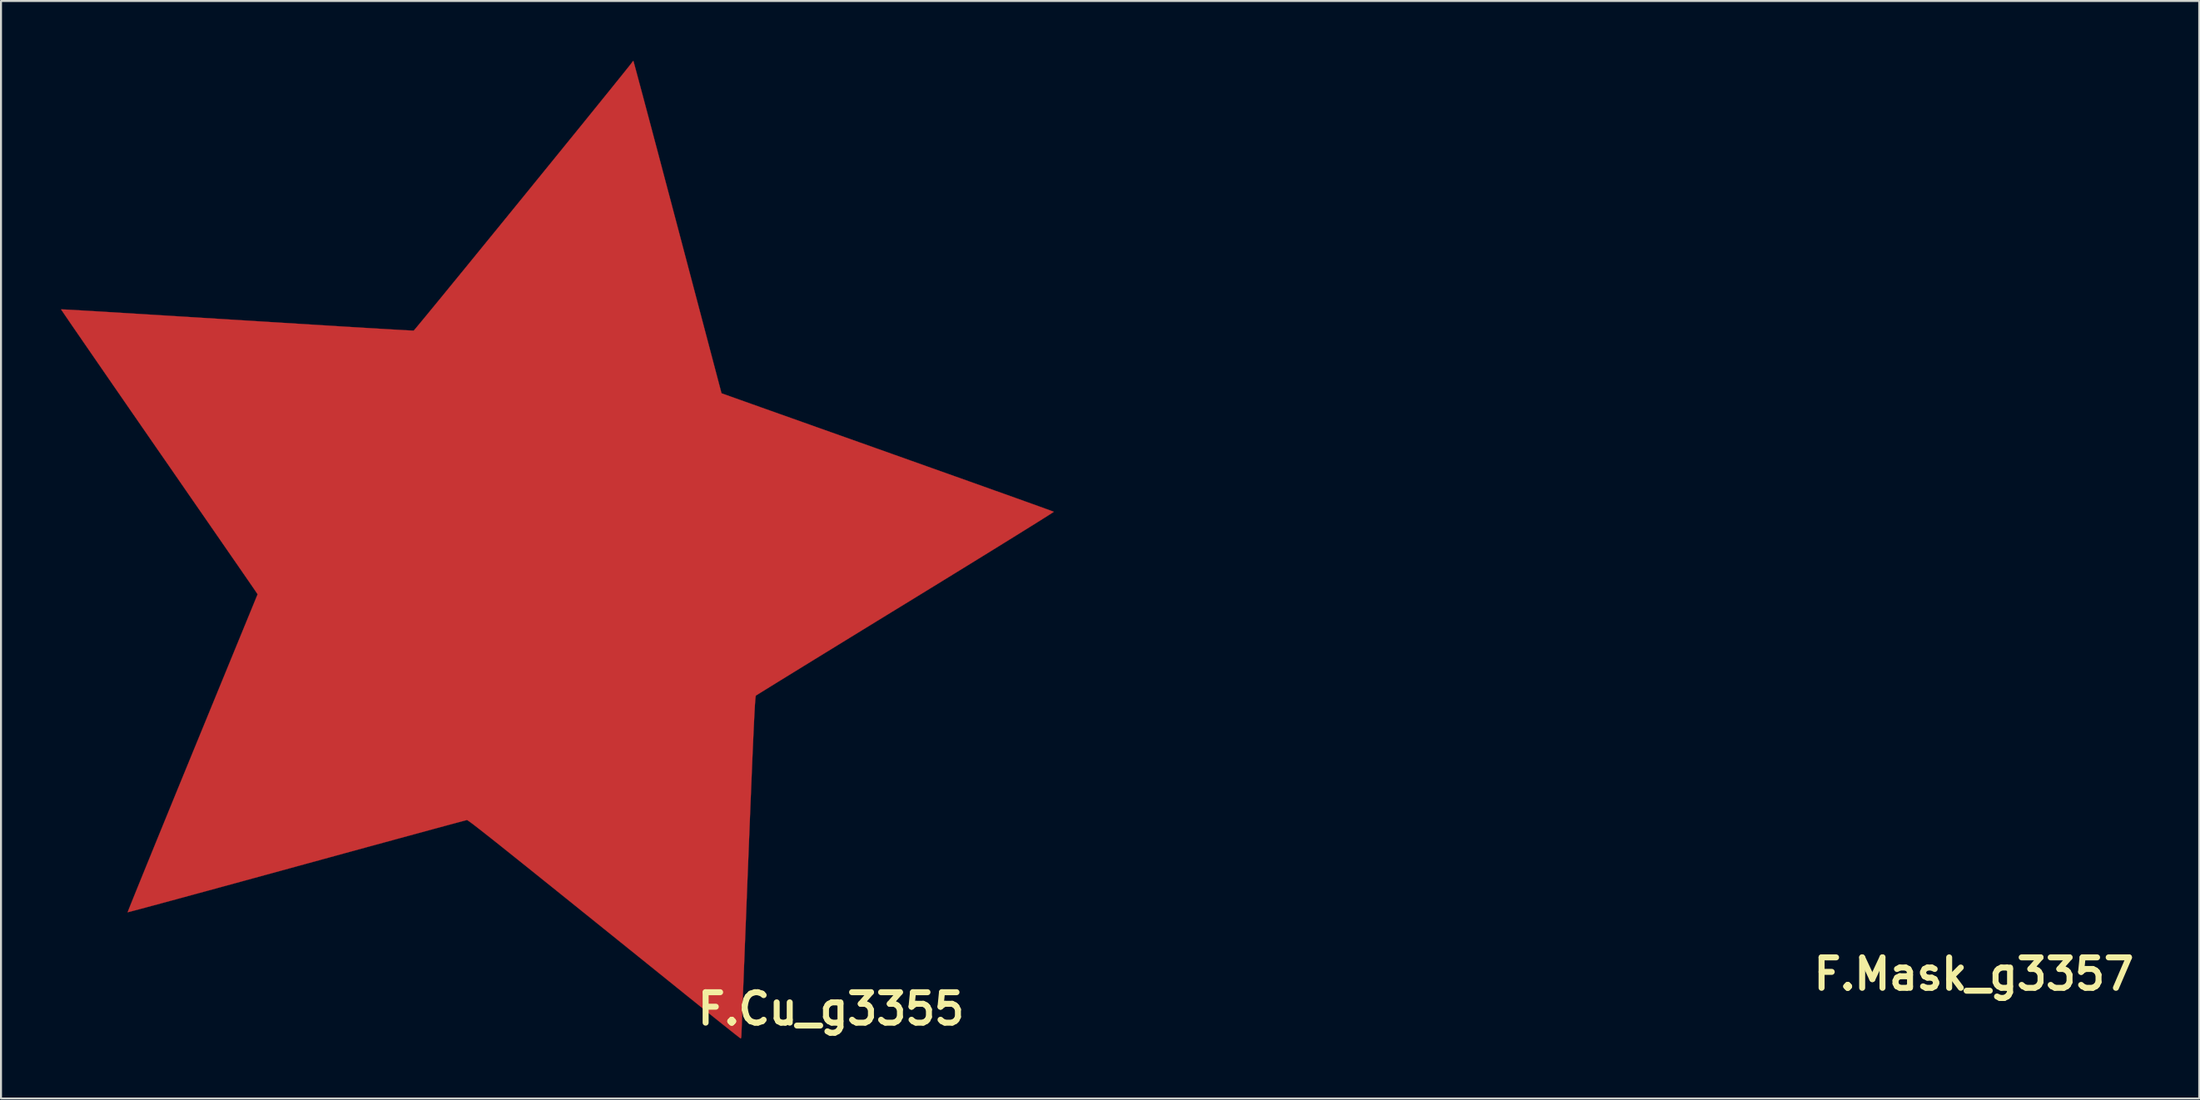
<source format=kicad_pcb>
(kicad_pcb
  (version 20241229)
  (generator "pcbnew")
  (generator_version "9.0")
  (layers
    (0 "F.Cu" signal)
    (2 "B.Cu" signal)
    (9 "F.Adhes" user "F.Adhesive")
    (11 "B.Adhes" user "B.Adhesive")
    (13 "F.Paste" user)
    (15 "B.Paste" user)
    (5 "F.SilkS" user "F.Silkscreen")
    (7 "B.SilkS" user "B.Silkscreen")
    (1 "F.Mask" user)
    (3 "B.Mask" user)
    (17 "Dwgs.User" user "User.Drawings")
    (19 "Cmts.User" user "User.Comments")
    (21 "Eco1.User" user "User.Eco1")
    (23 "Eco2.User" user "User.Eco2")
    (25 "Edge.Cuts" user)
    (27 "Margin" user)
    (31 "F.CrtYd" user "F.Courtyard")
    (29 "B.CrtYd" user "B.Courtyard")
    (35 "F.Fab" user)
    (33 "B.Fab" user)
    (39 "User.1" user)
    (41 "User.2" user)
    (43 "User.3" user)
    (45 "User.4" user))
  (footprint "F.Mask_g3357"
    (layer "F.Cu")
    (at 95.739 45.719)
    (property "Reference" "F.Mask_g3357" (at 0 0 0) (layer "F.SilkS") (effects (font (size 1.524 1.524) (thickness 0.3))))
    (attr through_hole)
    (fp_poly (pts (xy -14.378 -45.668) (xy -14.344 -45.544) (xy -14.29 -45.346) (xy -14.218 -45.078) (xy -14.128 -44.743) (xy -14.022 -44.346) (xy -13.901 -43.891) (xy -13.765 -43.381) (xy -13.616 -42.82) (xy -13.455 -42.213) (xy -13.283 -41.562) (xy -13.1 -40.873) (xy -12.909 -40.149) (xy -12.709 -39.393) (xy -12.502 -38.611) (xy -12.289 -37.805) (xy -12.189 -37.423) (xy -11.974 -36.608) (xy -11.765 -35.815) (xy -11.562 -35.048) (xy -11.368 -34.31) (xy -11.182 -33.606) (xy -11.006 -32.94) (xy -10.841 -32.315) (xy -10.687 -31.735) (xy -10.547 -31.204) (xy -10.421 -30.726) (xy -10.309 -30.305) (xy -10.214 -29.944) (xy -10.135 -29.648) (xy -10.075 -29.42) (xy -10.033 -29.265) (xy -10.012 -29.186) (xy -10.009 -29.176) (xy -9.999 -29.172) (xy -9.969 -29.16) (xy -9.916 -29.141) (xy -9.839 -29.112) (xy -9.735 -29.075) (xy -9.602 -29.027) (xy -9.438 -28.967) (xy -9.239 -28.896) (xy -9.005 -28.812) (xy -8.732 -28.715) (xy -8.419 -28.603) (xy -8.063 -28.476) (xy -7.662 -28.332) (xy -7.213 -28.172) (xy -6.715 -27.995) (xy -6.164 -27.799) (xy -5.56 -27.583) (xy -4.898 -27.347) (xy -4.178 -27.091) (xy -3.397 -26.813) (xy -2.553 -26.512) (xy -1.643 -26.188) (xy -0.665 -25.839) (xy 0.384 -25.466) (xy 1.504 -25.067) (xy 2.7 -24.641) (xy 3.973 -24.188) (xy 4.212 -24.103) (xy 4.636 -23.952) (xy 5.037 -23.808) (xy 5.406 -23.675) (xy 5.737 -23.555) (xy 6.024 -23.451) (xy 6.258 -23.365) (xy 6.432 -23.3) (xy 6.54 -23.258) (xy 6.574 -23.243) (xy 6.544 -23.217) (xy 6.447 -23.149) (xy 6.287 -23.045) (xy 6.071 -22.906) (xy 5.802 -22.735) (xy 5.487 -22.537) (xy 5.13 -22.314) (xy 4.737 -22.069) (xy 4.311 -21.806) (xy 3.86 -21.528) (xy 3.442 -21.271) (xy 2.93 -20.958) (xy 2.411 -20.639) (xy 1.892 -20.321) (xy 1.383 -20.009) (xy 0.891 -19.708) (xy 0.426 -19.423) (xy -0.004 -19.159) (xy -0.39 -18.922) (xy -0.725 -18.716) (xy -0.999 -18.548) (xy -1.079 -18.499) (xy -1.339 -18.34) (xy -1.661 -18.142) (xy -2.037 -17.912) (xy -2.458 -17.654) (xy -2.914 -17.374) (xy -3.396 -17.078) (xy -3.896 -16.771) (xy -4.404 -16.46) (xy -4.91 -16.149) (xy -5.383 -15.859) (xy -8.332 -14.051) (xy -8.358 -13.619) (xy -8.362 -13.533) (xy -8.37 -13.367) (xy -8.38 -13.124) (xy -8.393 -12.811) (xy -8.409 -12.43) (xy -8.427 -11.987) (xy -8.447 -11.485) (xy -8.47 -10.929) (xy -8.494 -10.324) (xy -8.52 -9.674) (xy -8.548 -8.982) (xy -8.577 -8.255) (xy -8.607 -7.495) (xy -8.638 -6.708) (xy -8.67 -5.897) (xy -8.702 -5.068) (xy -8.703 -5.06) (xy -8.735 -4.237) (xy -8.767 -3.437) (xy -8.797 -2.664) (xy -8.827 -1.922) (xy -8.855 -1.215) (xy -8.882 -0.547) (xy -8.907 0.078) (xy -8.93 0.655) (xy -8.952 1.181) (xy -8.971 1.651) (xy -8.988 2.062) (xy -9.003 2.409) (xy -9.015 2.689) (xy -9.025 2.896) (xy -9.031 3.028) (xy -9.034 3.079) (xy -9.034 3.079) (xy -9.068 3.055) (xy -9.165 2.979) (xy -9.321 2.856) (xy -9.535 2.687) (xy -9.802 2.474) (xy -10.119 2.221) (xy -10.484 1.93) (xy -10.893 1.603) (xy -11.344 1.243) (xy -11.833 0.852) (xy -12.357 0.432) (xy -12.914 -0.013) (xy -13.499 -0.482) (xy -14.11 -0.972) (xy -14.744 -1.48) (xy -15.398 -2.005) (xy -15.852 -2.37) (xy -16.518 -2.904) (xy -17.166 -3.424) (xy -17.794 -3.927) (xy -18.398 -4.411) (xy -18.975 -4.873) (xy -19.523 -5.311) (xy -20.037 -5.723) (xy -20.516 -6.105) (xy -20.955 -6.456) (xy -21.352 -6.773) (xy -21.704 -7.053) (xy -22.007 -7.294) (xy -22.259 -7.494) (xy -22.457 -7.65) (xy -22.596 -7.759) (xy -22.675 -7.82) (xy -22.692 -7.832) (xy -22.736 -7.821) (xy -22.857 -7.788) (xy -23.053 -7.736) (xy -23.318 -7.664) (xy -23.65 -7.573) (xy -24.045 -7.466) (xy -24.499 -7.342) (xy -25.007 -7.204) (xy -25.567 -7.051) (xy -26.174 -6.885) (xy -26.824 -6.707) (xy -27.515 -6.518) (xy -28.241 -6.319) (xy -28.999 -6.112) (xy -29.786 -5.896) (xy -30.597 -5.674) (xy -31.224 -5.502) (xy -32.051 -5.276) (xy -32.856 -5.055) (xy -33.635 -4.842) (xy -34.385 -4.637) (xy -35.101 -4.441) (xy -35.781 -4.255) (xy -36.42 -4.081) (xy -37.014 -3.919) (xy -37.559 -3.77) (xy -38.053 -3.636) (xy -38.49 -3.517) (xy -38.868 -3.415) (xy -39.182 -3.33) (xy -39.429 -3.263) (xy -39.604 -3.216) (xy -39.705 -3.19) (xy -39.729 -3.185) (xy -39.714 -3.224) (xy -39.668 -3.337) (xy -39.594 -3.52) (xy -39.494 -3.767) (xy -39.368 -4.075) (xy -39.22 -4.439) (xy -39.05 -4.855) (xy -38.861 -5.317) (xy -38.655 -5.823) (xy -38.432 -6.366) (xy -38.196 -6.944) (xy -37.948 -7.55) (xy -37.69 -8.182) (xy -37.423 -8.833) (xy -37.149 -9.501) (xy -36.871 -10.18) (xy -36.59 -10.866) (xy -36.308 -11.555) (xy -36.027 -12.241) (xy -35.748 -12.921) (xy -35.473 -13.591) (xy -35.205 -14.245) (xy -34.945 -14.879) (xy -34.694 -15.489) (xy -34.456 -16.07) (xy -34.231 -16.618) (xy -34.021 -17.129) (xy -33.828 -17.597) (xy -33.655 -18.019) (xy -33.502 -18.39) (xy -33.427 -18.57) (xy -33.197 -19.128) (xy -38.124 -26.251) (xy -38.608 -26.95) (xy -39.078 -27.63) (xy -39.533 -28.289) (xy -39.971 -28.922) (xy -40.388 -29.527) (xy -40.784 -30.101) (xy -41.155 -30.639) (xy -41.5 -31.139) (xy -41.815 -31.598) (xy -42.1 -32.012) (xy -42.351 -32.378) (xy -42.567 -32.692) (xy -42.745 -32.953) (xy -42.883 -33.155) (xy -42.979 -33.296) (xy -43.03 -33.373) (xy -43.038 -33.387) (xy -42.994 -33.389) (xy -42.878 -33.385) (xy -42.7 -33.376) (xy -42.474 -33.364) (xy -42.211 -33.348) (xy -42.034 -33.337) (xy -41.752 -33.319) (xy -41.416 -33.298) (xy -41.023 -33.274) (xy -40.573 -33.246) (xy -40.061 -33.214) (xy -39.487 -33.178) (xy -38.849 -33.139) (xy -38.143 -33.095) (xy -37.367 -33.047) (xy -36.521 -32.995) (xy -35.6 -32.939) (xy -34.604 -32.877) (xy -33.53 -32.811) (xy -32.376 -32.741) (xy -31.14 -32.665) (xy -31.094 -32.662) (xy -30.435 -32.621) (xy -29.795 -32.582) (xy -29.181 -32.544) (xy -28.598 -32.508) (xy -28.051 -32.473) (xy -27.546 -32.442) (xy -27.089 -32.413) (xy -26.684 -32.387) (xy -26.338 -32.365) (xy -26.055 -32.347) (xy -25.842 -32.333) (xy -25.704 -32.323) (xy -25.652 -32.319) (xy -25.374 -32.293) (xy -19.898 -39.032) (xy -19.176 -39.922) (xy -18.506 -40.745) (xy -17.888 -41.504) (xy -17.321 -42.198) (xy -16.806 -42.827) (xy -16.343 -43.394) (xy -15.929 -43.897) (xy -15.566 -44.338) (xy -15.252 -44.717) (xy -14.988 -45.034) (xy -14.772 -45.29) (xy -14.605 -45.485) (xy -14.487 -45.621) (xy -14.415 -45.696) (xy -14.392 -45.714) (xy -14.378 -45.668)) (stroke (width 0.01) (type solid)) (fill yes) (layer "F.Mask")))
  (footprint "F.Cu_g3355"
    (layer "F.Cu")
    (at 38.544 47.463)
    (property "Reference" "F.Cu_g3355" (at 0 0 0) (layer "F.SilkS") (effects (font (size 1.524 1.524) (thickness 0.3))))
    (attr through_hole)
    (fp_poly (pts (xy -9.893 -47.455) (xy -9.88 -47.412) (xy -9.846 -47.292) (xy -9.793 -47.097) (xy -9.722 -46.832) (xy -9.633 -46.501) (xy -9.527 -46.107) (xy -9.406 -45.654) (xy -9.271 -45.147) (xy -9.122 -44.588) (xy -8.961 -43.983) (xy -8.789 -43.334) (xy -8.606 -42.645) (xy -8.415 -41.922) (xy -8.215 -41.166) (xy -8.007 -40.383) (xy -7.794 -39.576) (xy -7.675 -39.127) (xy -5.482 -30.821) (xy -5.08 -30.678) (xy -5 -30.649) (xy -4.844 -30.594) (xy -4.617 -30.513) (xy -4.322 -30.408) (xy -3.963 -30.28) (xy -3.545 -30.131) (xy -3.072 -29.963) (xy -2.547 -29.776) (xy -1.975 -29.573) (xy -1.359 -29.354) (xy -0.705 -29.121) (xy -0.015 -28.876) (xy 0.706 -28.62) (xy 1.454 -28.354) (xy 2.225 -28.08) (xy 3.014 -27.799) (xy 3.217 -27.727) (xy 4.005 -27.446) (xy 4.772 -27.173) (xy 5.514 -26.909) (xy 6.227 -26.655) (xy 6.907 -26.413) (xy 7.551 -26.183) (xy 8.154 -25.967) (xy 8.714 -25.768) (xy 9.225 -25.585) (xy 9.685 -25.42) (xy 10.089 -25.275) (xy 10.433 -25.151) (xy 10.715 -25.049) (xy 10.929 -24.972) (xy 11.073 -24.919) (xy 11.141 -24.893) (xy 11.147 -24.89) (xy 11.115 -24.866) (xy 11.014 -24.799) (xy 10.847 -24.692) (xy 10.619 -24.548) (xy 10.331 -24.367) (xy 9.988 -24.153) (xy 9.592 -23.907) (xy 9.148 -23.631) (xy 8.659 -23.328) (xy 8.127 -22.999) (xy 7.557 -22.647) (xy 6.951 -22.274) (xy 6.313 -21.881) (xy 5.647 -21.471) (xy 4.955 -21.046) (xy 4.241 -20.608) (xy 3.739 -20.3) (xy 3.01 -19.854) (xy 2.301 -19.419) (xy 1.613 -18.997) (xy 0.952 -18.591) (xy 0.32 -18.203) (xy -0.28 -17.834) (xy -0.844 -17.488) (xy -1.369 -17.165) (xy -1.851 -16.868) (xy -2.287 -16.6) (xy -2.673 -16.362) (xy -3.006 -16.156) (xy -3.283 -15.984) (xy -3.501 -15.85) (xy -3.655 -15.753) (xy -3.742 -15.698) (xy -3.762 -15.684) (xy -3.77 -15.663) (xy -3.778 -15.61) (xy -3.787 -15.524) (xy -3.797 -15.401) (xy -3.809 -15.238) (xy -3.821 -15.031) (xy -3.835 -14.779) (xy -3.85 -14.478) (xy -3.867 -14.125) (xy -3.886 -13.717) (xy -3.907 -13.25) (xy -3.93 -12.723) (xy -3.955 -12.132) (xy -3.982 -11.474) (xy -4.012 -10.745) (xy -4.045 -9.944) (xy -4.08 -9.066) (xy -4.118 -8.109) (xy -4.152 -7.254) (xy -4.186 -6.416) (xy -4.218 -5.599) (xy -4.249 -4.807) (xy -4.279 -4.045) (xy -4.308 -3.317) (xy -4.335 -2.626) (xy -4.361 -1.977) (xy -4.384 -1.375) (xy -4.406 -0.822) (xy -4.425 -0.324) (xy -4.442 0.116) (xy -4.456 0.493) (xy -4.468 0.803) (xy -4.477 1.042) (xy -4.483 1.207) (xy -4.486 1.292) (xy -4.486 1.302) (xy -4.494 1.412) (xy -4.512 1.475) (xy -4.521 1.482) (xy -4.558 1.456) (xy -4.656 1.38) (xy -4.811 1.26) (xy -5.016 1.098) (xy -5.267 0.898) (xy -5.56 0.665) (xy -5.889 0.402) (xy -6.249 0.114) (xy -6.636 -0.197) (xy -7.044 -0.525) (xy -7.273 -0.709) (xy -8.29 -1.529) (xy -9.244 -2.298) (xy -10.137 -3.017) (xy -10.969 -3.687) (xy -11.743 -4.31) (xy -12.462 -4.889) (xy -13.127 -5.424) (xy -13.74 -5.917) (xy -14.303 -6.369) (xy -14.819 -6.783) (xy -15.288 -7.16) (xy -15.715 -7.501) (xy -16.099 -7.809) (xy -16.443 -8.084) (xy -16.75 -8.328) (xy -17.022 -8.544) (xy -17.259 -8.731) (xy -17.465 -8.893) (xy -17.642 -9.031) (xy -17.79 -9.146) (xy -17.913 -9.241) (xy -18.013 -9.315) (xy -18.091 -9.372) (xy -18.149 -9.413) (xy -18.19 -9.439) (xy -18.215 -9.452) (xy -18.224 -9.454) (xy -18.273 -9.443) (xy -18.399 -9.41) (xy -18.6 -9.356) (xy -18.87 -9.284) (xy -19.207 -9.193) (xy -19.606 -9.085) (xy -20.063 -8.961) (xy -20.575 -8.821) (xy -21.138 -8.668) (xy -21.748 -8.502) (xy -22.401 -8.324) (xy -23.094 -8.135) (xy -23.822 -7.936) (xy -24.581 -7.728) (xy -25.368 -7.512) (xy -26.179 -7.29) (xy -26.748 -7.134) (xy -27.572 -6.908) (xy -28.374 -6.689) (xy -29.151 -6.476) (xy -29.898 -6.272) (xy -30.612 -6.077) (xy -31.289 -5.892) (xy -31.926 -5.719) (xy -32.517 -5.558) (xy -33.06 -5.411) (xy -33.551 -5.278) (xy -33.985 -5.161) (xy -34.36 -5.06) (xy -34.671 -4.976) (xy -34.915 -4.912) (xy -35.087 -4.867) (xy -35.184 -4.842) (xy -35.205 -4.838) (xy -35.191 -4.878) (xy -35.146 -4.993) (xy -35.072 -5.179) (xy -34.971 -5.432) (xy -34.843 -5.749) (xy -34.691 -6.125) (xy -34.515 -6.558) (xy -34.318 -7.043) (xy -34.1 -7.577) (xy -33.864 -8.157) (xy -33.611 -8.777) (xy -33.342 -9.435) (xy -33.059 -10.128) (xy -32.764 -10.85) (xy -32.457 -11.599) (xy -32.14 -12.372) (xy -31.962 -12.807) (xy -28.701 -20.758) (xy -28.809 -20.923) (xy -28.844 -20.973) (xy -28.924 -21.09) (xy -29.048 -21.27) (xy -29.213 -21.509) (xy -29.417 -21.805) (xy -29.657 -22.153) (xy -29.932 -22.55) (xy -30.238 -22.993) (xy -30.573 -23.478) (xy -30.935 -24.002) (xy -31.322 -24.562) (xy -31.732 -25.154) (xy -32.161 -25.774) (xy -32.607 -26.42) (xy -33.069 -27.089) (xy -33.544 -27.775) (xy -33.721 -28.03) (xy -34.198 -28.72) (xy -34.662 -29.392) (xy -35.112 -30.042) (xy -35.543 -30.667) (xy -35.955 -31.263) (xy -36.344 -31.828) (xy -36.709 -32.357) (xy -37.048 -32.849) (xy -37.357 -33.298) (xy -37.635 -33.702) (xy -37.88 -34.058) (xy -38.089 -34.362) (xy -38.259 -34.612) (xy -38.389 -34.803) (xy -38.477 -34.932) (xy -38.519 -34.996) (xy -38.523 -35.003) (xy -38.526 -35.007) (xy -38.531 -35.01) (xy -38.536 -35.013) (xy -38.539 -35.016) (xy -38.536 -35.018) (xy -38.525 -35.02) (xy -38.503 -35.02) (xy -38.467 -35.02) (xy -38.414 -35.018) (xy -38.342 -35.016) (xy -38.248 -35.011) (xy -38.128 -35.005) (xy -37.981 -34.997) (xy -37.804 -34.987) (xy -37.593 -34.975) (xy -37.345 -34.96) (xy -37.059 -34.943) (xy -36.731 -34.924) (xy -36.359 -34.901) (xy -35.939 -34.876) (xy -35.47 -34.847) (xy -34.947 -34.815) (xy -34.369 -34.779) (xy -33.732 -34.74) (xy -33.034 -34.697) (xy -32.272 -34.65) (xy -31.443 -34.598) (xy -30.545 -34.543) (xy -29.574 -34.483) (xy -28.528 -34.418) (xy -27.404 -34.348) (xy -26.2 -34.274) (xy -25.763 -34.247) (xy -25.131 -34.208) (xy -24.522 -34.17) (xy -23.942 -34.135) (xy -23.396 -34.102) (xy -22.889 -34.072) (xy -22.428 -34.044) (xy -22.016 -34.02) (xy -21.66 -34) (xy -21.365 -33.983) (xy -21.136 -33.971) (xy -20.978 -33.963) (xy -20.898 -33.96) (xy -20.888 -33.96) (xy -20.857 -33.994) (xy -20.776 -34.089) (xy -20.648 -34.243) (xy -20.476 -34.451) (xy -20.262 -34.71) (xy -20.011 -35.016) (xy -19.724 -35.365) (xy -19.406 -35.753) (xy -19.059 -36.178) (xy -18.686 -36.634) (xy -18.29 -37.118) (xy -17.875 -37.627) (xy -17.443 -38.157) (xy -16.998 -38.703) (xy -16.542 -39.262) (xy -16.079 -39.831) (xy -15.611 -40.406) (xy -15.142 -40.982) (xy -14.675 -41.557) (xy -14.213 -42.125) (xy -13.758 -42.685) (xy -13.315 -43.231) (xy -12.885 -43.76) (xy -12.473 -44.268) (xy -12.081 -44.752) (xy -11.712 -45.208) (xy -11.369 -45.632) (xy -11.055 -46.02) (xy -10.774 -46.369) (xy -10.528 -46.674) (xy -10.321 -46.932) (xy -10.155 -47.14) (xy -10.034 -47.292) (xy -9.961 -47.387) (xy -9.938 -47.419) (xy -9.907 -47.458) (xy -9.893 -47.455)) (stroke (width 0.01) (type solid)) (fill yes) (layer "F.Cu")))
  (gr_rect
    (start -3 -3)
    (end 107.02 51.95)
    (stroke (width 0.1) (type default))
    (fill no)
    (layer "Edge.Cuts")))
</source>
